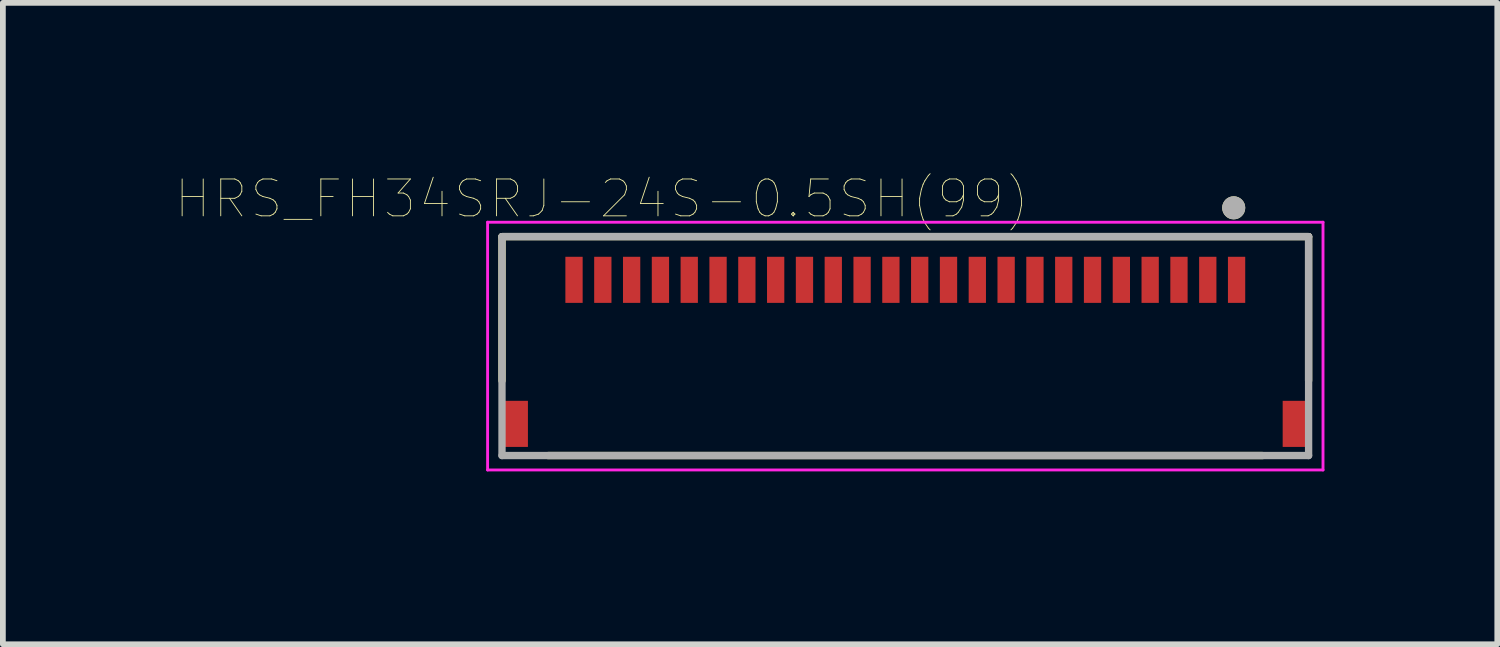
<source format=kicad_pcb>
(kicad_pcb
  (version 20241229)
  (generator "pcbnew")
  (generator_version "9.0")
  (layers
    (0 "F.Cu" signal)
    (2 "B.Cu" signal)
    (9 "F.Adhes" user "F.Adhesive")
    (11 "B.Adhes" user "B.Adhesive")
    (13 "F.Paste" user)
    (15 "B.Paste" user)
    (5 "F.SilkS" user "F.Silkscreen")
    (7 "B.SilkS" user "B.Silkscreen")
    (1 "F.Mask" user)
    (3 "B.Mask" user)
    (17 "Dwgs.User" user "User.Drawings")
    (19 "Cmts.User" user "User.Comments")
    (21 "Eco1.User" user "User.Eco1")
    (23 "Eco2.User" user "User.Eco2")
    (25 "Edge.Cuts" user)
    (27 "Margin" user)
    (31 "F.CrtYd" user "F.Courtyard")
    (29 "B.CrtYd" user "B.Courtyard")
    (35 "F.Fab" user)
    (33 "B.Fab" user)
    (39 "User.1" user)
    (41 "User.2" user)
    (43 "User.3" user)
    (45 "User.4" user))
  (footprint "HRS_FH34SRJ-24S-0.5SH(99)"
    (layer "F.Cu")
    (at 12.663 2.957)
    (property "Reference" "HRS_FH34SRJ-24S-0.5SH(99)" (at -5.268 -2.556 0) (layer "F.SilkS") (effects (font (size 0.64 0.64) (thickness 0.015))))
    (attr through_hole)
    (fp_line (start -7 -1.9) (end 7 -1.9) (stroke (width 0.127) (type solid)) (layer "F.SilkS"))
    (fp_line (start -7 0.6) (end -7 -1.9) (stroke (width 0.127) (type solid)) (layer "F.SilkS"))
    (fp_line (start -6.2 1.9) (end 6.2 1.9) (stroke (width 0.127) (type solid)) (layer "F.SilkS"))
    (fp_line (start 7 -1.9) (end 7 0.6) (stroke (width 0.127) (type solid)) (layer "F.SilkS"))
    (fp_circle (center 5.7 -2.4) (end 5.8 -2.4) (stroke (width 0.2) (type solid)) (fill no) (layer "F.SilkS"))
    (fp_poly (pts (xy -5.875 -1.55) (xy -5.625 -1.55) (xy -5.625 -0.9) (xy -5.875 -0.9)) (stroke (width 0.01) (type solid)) (fill yes) (layer "F.Paste"))
    (fp_poly (pts (xy -5.375 -1.55) (xy -5.125 -1.55) (xy -5.125 -0.9) (xy -5.375 -0.9)) (stroke (width 0.01) (type solid)) (fill yes) (layer "F.Paste"))
    (fp_poly (pts (xy -4.875 -1.55) (xy -4.625 -1.55) (xy -4.625 -0.9) (xy -4.875 -0.9)) (stroke (width 0.01) (type solid)) (fill yes) (layer "F.Paste"))
    (fp_poly (pts (xy -4.375 -1.55) (xy -4.125 -1.55) (xy -4.125 -0.9) (xy -4.375 -0.9)) (stroke (width 0.01) (type solid)) (fill yes) (layer "F.Paste"))
    (fp_poly (pts (xy -3.875 -1.55) (xy -3.625 -1.55) (xy -3.625 -0.9) (xy -3.875 -0.9)) (stroke (width 0.01) (type solid)) (fill yes) (layer "F.Paste"))
    (fp_poly (pts (xy -3.375 -1.55) (xy -3.125 -1.55) (xy -3.125 -0.9) (xy -3.375 -0.9)) (stroke (width 0.01) (type solid)) (fill yes) (layer "F.Paste"))
    (fp_poly (pts (xy -2.875 -1.55) (xy -2.625 -1.55) (xy -2.625 -0.9) (xy -2.875 -0.9)) (stroke (width 0.01) (type solid)) (fill yes) (layer "F.Paste"))
    (fp_poly (pts (xy -2.375 -1.55) (xy -2.125 -1.55) (xy -2.125 -0.9) (xy -2.375 -0.9)) (stroke (width 0.01) (type solid)) (fill yes) (layer "F.Paste"))
    (fp_poly (pts (xy -1.875 -1.55) (xy -1.625 -1.55) (xy -1.625 -0.9) (xy -1.875 -0.9)) (stroke (width 0.01) (type solid)) (fill yes) (layer "F.Paste"))
    (fp_poly (pts (xy -1.375 -1.55) (xy -1.125 -1.55) (xy -1.125 -0.9) (xy -1.375 -0.9)) (stroke (width 0.01) (type solid)) (fill yes) (layer "F.Paste"))
    (fp_poly (pts (xy -0.875 -1.55) (xy -0.625 -1.55) (xy -0.625 -0.9) (xy -0.875 -0.9)) (stroke (width 0.01) (type solid)) (fill yes) (layer "F.Paste"))
    (fp_poly (pts (xy -0.375 -1.55) (xy -0.125 -1.55) (xy -0.125 -0.9) (xy -0.375 -0.9)) (stroke (width 0.01) (type solid)) (fill yes) (layer "F.Paste"))
    (fp_poly (pts (xy 0.125 -1.55) (xy 0.375 -1.55) (xy 0.375 -0.9) (xy 0.125 -0.9)) (stroke (width 0.01) (type solid)) (fill yes) (layer "F.Paste"))
    (fp_poly (pts (xy 0.625 -1.55) (xy 0.875 -1.55) (xy 0.875 -0.9) (xy 0.625 -0.9)) (stroke (width 0.01) (type solid)) (fill yes) (layer "F.Paste"))
    (fp_poly (pts (xy 1.125 -1.55) (xy 1.375 -1.55) (xy 1.375 -0.9) (xy 1.125 -0.9)) (stroke (width 0.01) (type solid)) (fill yes) (layer "F.Paste"))
    (fp_poly (pts (xy 1.625 -1.55) (xy 1.875 -1.55) (xy 1.875 -0.9) (xy 1.625 -0.9)) (stroke (width 0.01) (type solid)) (fill yes) (layer "F.Paste"))
    (fp_poly (pts (xy 2.125 -1.55) (xy 2.375 -1.55) (xy 2.375 -0.9) (xy 2.125 -0.9)) (stroke (width 0.01) (type solid)) (fill yes) (layer "F.Paste"))
    (fp_poly (pts (xy 2.625 -1.55) (xy 2.875 -1.55) (xy 2.875 -0.9) (xy 2.625 -0.9)) (stroke (width 0.01) (type solid)) (fill yes) (layer "F.Paste"))
    (fp_poly (pts (xy 3.125 -1.55) (xy 3.375 -1.55) (xy 3.375 -0.9) (xy 3.125 -0.9)) (stroke (width 0.01) (type solid)) (fill yes) (layer "F.Paste"))
    (fp_poly (pts (xy 3.625 -1.55) (xy 3.875 -1.55) (xy 3.875 -0.9) (xy 3.625 -0.9)) (stroke (width 0.01) (type solid)) (fill yes) (layer "F.Paste"))
    (fp_poly (pts (xy 4.125 -1.55) (xy 4.375 -1.55) (xy 4.375 -0.9) (xy 4.125 -0.9)) (stroke (width 0.01) (type solid)) (fill yes) (layer "F.Paste"))
    (fp_poly (pts (xy 4.625 -1.55) (xy 4.875 -1.55) (xy 4.875 -0.9) (xy 4.625 -0.9)) (stroke (width 0.01) (type solid)) (fill yes) (layer "F.Paste"))
    (fp_poly (pts (xy 5.125 -1.55) (xy 5.375 -1.55) (xy 5.375 -0.9) (xy 5.125 -0.9)) (stroke (width 0.01) (type solid)) (fill yes) (layer "F.Paste"))
    (fp_poly (pts (xy 5.625 -1.55) (xy 5.875 -1.55) (xy 5.875 -0.9) (xy 5.625 -0.9)) (stroke (width 0.01) (type solid)) (fill yes) (layer "F.Paste"))
    (fp_line (start -7.25 -2.15) (end 7.25 -2.15) (stroke (width 0.05) (type solid)) (layer "F.CrtYd"))
    (fp_line (start -7.25 2.15) (end -7.25 -2.15) (stroke (width 0.05) (type solid)) (layer "F.CrtYd"))
    (fp_line (start 7.25 -2.15) (end 7.25 2.15) (stroke (width 0.05) (type solid)) (layer "F.CrtYd"))
    (fp_line (start 7.25 2.15) (end -7.25 2.15) (stroke (width 0.05) (type solid)) (layer "F.CrtYd"))
    (fp_line (start -7 -1.9) (end 7 -1.9) (stroke (width 0.127) (type solid)) (layer "F.Fab"))
    (fp_line (start -7 1.9) (end -7 -1.9) (stroke (width 0.127) (type solid)) (layer "F.Fab"))
    (fp_line (start 7 -1.9) (end 7 1.9) (stroke (width 0.127) (type solid)) (layer "F.Fab"))
    (fp_line (start 7 1.9) (end -7 1.9) (stroke (width 0.127) (type solid)) (layer "F.Fab"))
    (fp_circle (center 5.7 -2.4) (end 5.8 -2.4) (stroke (width 0.2) (type solid)) (fill no) (layer "F.Fab"))
    (pad "1" smd rect (at 5.75 -1.15) (size 0.3 0.8) (layers "F.Cu" "F.Mask"))
    (pad "2" smd rect (at 5.25 -1.15) (size 0.3 0.8) (layers "F.Cu" "F.Mask"))
    (pad "3" smd rect (at 4.75 -1.15) (size 0.3 0.8) (layers "F.Cu" "F.Mask"))
    (pad "4" smd rect (at 4.25 -1.15) (size 0.3 0.8) (layers "F.Cu" "F.Mask"))
    (pad "5" smd rect (at 3.75 -1.15) (size 0.3 0.8) (layers "F.Cu" "F.Mask"))
    (pad "6" smd rect (at 3.25 -1.15) (size 0.3 0.8) (layers "F.Cu" "F.Mask"))
    (pad "7" smd rect (at 2.75 -1.15) (size 0.3 0.8) (layers "F.Cu" "F.Mask"))
    (pad "8" smd rect (at 2.25 -1.15) (size 0.3 0.8) (layers "F.Cu" "F.Mask"))
    (pad "9" smd rect (at 1.75 -1.15) (size 0.3 0.8) (layers "F.Cu" "F.Mask"))
    (pad "10" smd rect (at 1.25 -1.15) (size 0.3 0.8) (layers "F.Cu" "F.Mask"))
    (pad "11" smd rect (at 0.75 -1.15) (size 0.3 0.8) (layers "F.Cu" "F.Mask"))
    (pad "12" smd rect (at 0.25 -1.15) (size 0.3 0.8) (layers "F.Cu" "F.Mask"))
    (pad "13" smd rect (at -0.25 -1.15) (size 0.3 0.8) (layers "F.Cu" "F.Mask"))
    (pad "14" smd rect (at -0.75 -1.15) (size 0.3 0.8) (layers "F.Cu" "F.Mask"))
    (pad "15" smd rect (at -1.25 -1.15) (size 0.3 0.8) (layers "F.Cu" "F.Mask"))
    (pad "16" smd rect (at -1.75 -1.15) (size 0.3 0.8) (layers "F.Cu" "F.Mask"))
    (pad "17" smd rect (at -2.25 -1.15) (size 0.3 0.8) (layers "F.Cu" "F.Mask"))
    (pad "18" smd rect (at -2.75 -1.15) (size 0.3 0.8) (layers "F.Cu" "F.Mask"))
    (pad "19" smd rect (at -3.25 -1.15) (size 0.3 0.8) (layers "F.Cu" "F.Mask"))
    (pad "20" smd rect (at -3.75 -1.15) (size 0.3 0.8) (layers "F.Cu" "F.Mask"))
    (pad "21" smd rect (at -4.25 -1.15) (size 0.3 0.8) (layers "F.Cu" "F.Mask"))
    (pad "22" smd rect (at -4.75 -1.15) (size 0.3 0.8) (layers "F.Cu" "F.Mask"))
    (pad "23" smd rect (at -5.25 -1.15) (size 0.3 0.8) (layers "F.Cu" "F.Mask"))
    (pad "24" smd rect (at -5.75 -1.15) (size 0.3 0.8) (layers "F.Cu" "F.Mask"))
    (pad "S1" smd rect (at -6.75 1.35) (size 0.4 0.8) (layers "F.Cu" "F.Mask" "F.Paste"))
    (pad "S2" smd rect (at 6.75 1.35) (size 0.4 0.8) (layers "F.Cu" "F.Mask" "F.Paste")))
  (gr_rect
    (start -3 -3)
    (end 22.938 8.132)
    (stroke (width 0.1) (type default))
    (fill no)
    (layer "Edge.Cuts")))
</source>
